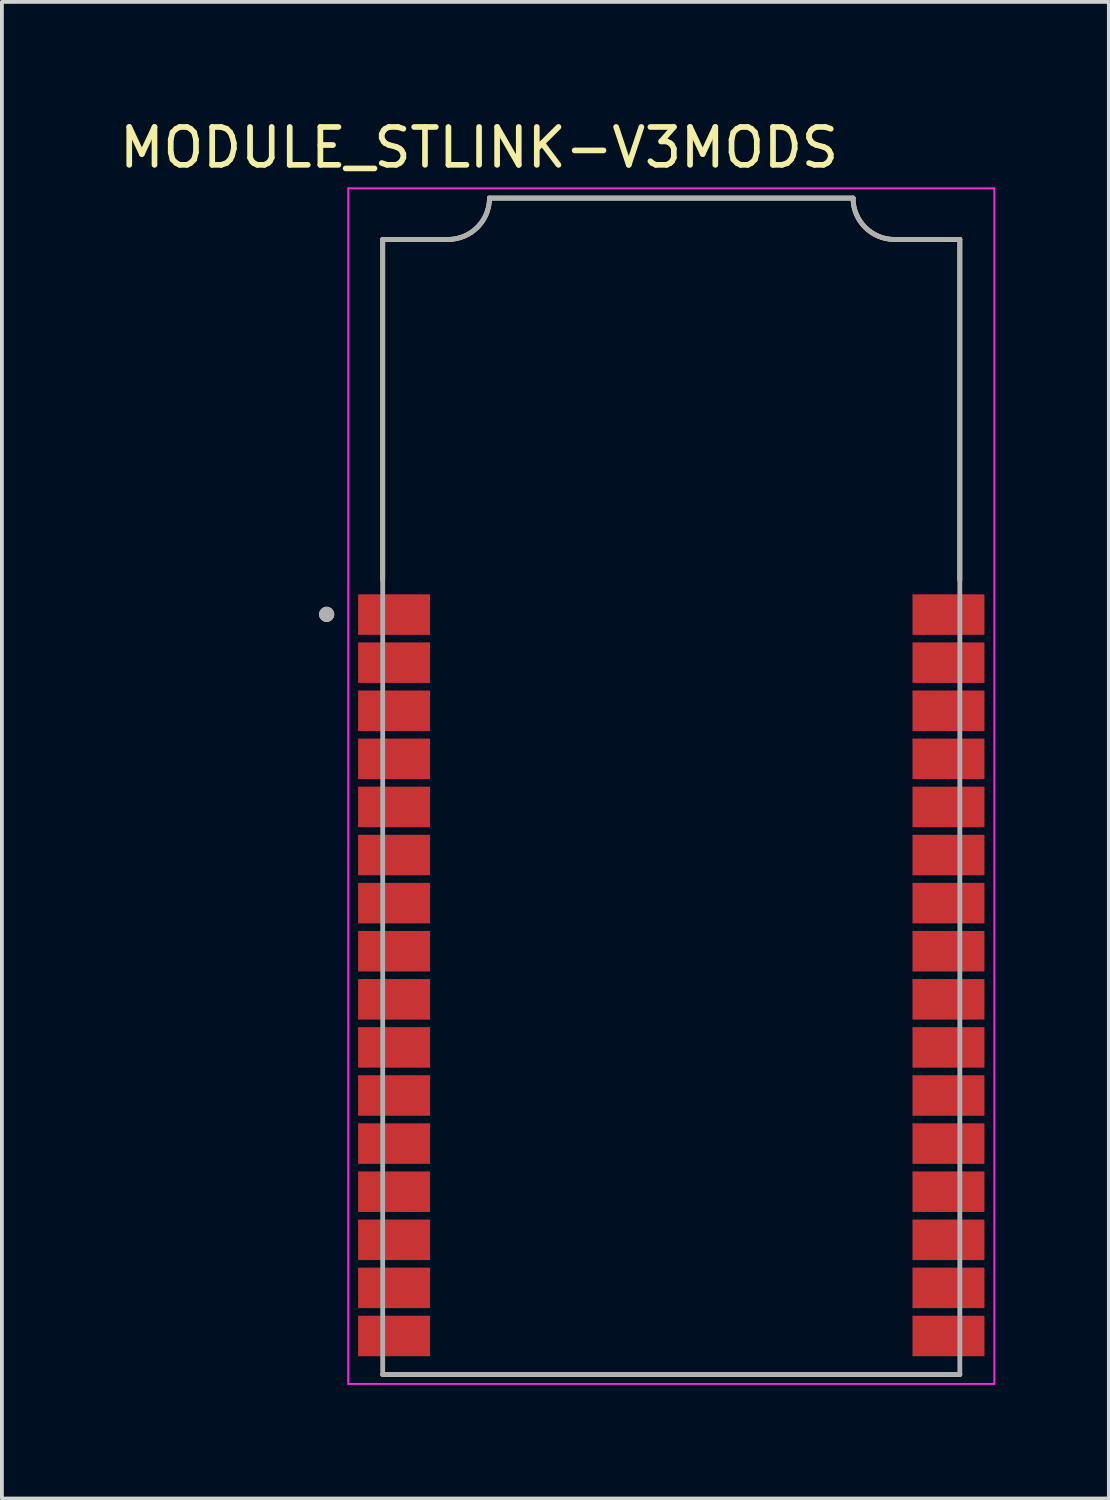
<source format=kicad_pcb>
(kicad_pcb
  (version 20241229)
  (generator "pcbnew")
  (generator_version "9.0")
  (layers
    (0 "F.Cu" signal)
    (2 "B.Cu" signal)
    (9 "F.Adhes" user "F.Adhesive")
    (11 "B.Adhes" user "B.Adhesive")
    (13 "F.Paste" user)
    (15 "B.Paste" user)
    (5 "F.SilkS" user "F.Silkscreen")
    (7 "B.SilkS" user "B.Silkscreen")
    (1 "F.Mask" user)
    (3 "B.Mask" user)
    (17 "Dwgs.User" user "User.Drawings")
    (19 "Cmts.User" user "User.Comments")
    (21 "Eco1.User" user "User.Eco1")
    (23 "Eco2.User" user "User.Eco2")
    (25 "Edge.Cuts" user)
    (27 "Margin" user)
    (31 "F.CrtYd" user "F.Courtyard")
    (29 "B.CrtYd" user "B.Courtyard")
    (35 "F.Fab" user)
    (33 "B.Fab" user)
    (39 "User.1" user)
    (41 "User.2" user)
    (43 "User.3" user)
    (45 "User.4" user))
  (footprint "MODULE_STLINK-V3MODS"
    (layer "F.Cu")
    (at 14.676 3.273)
    (property "Reference" "MODULE_STLINK-V3MODS" (at -5.075 -2.425 0) (layer "F.SilkS") (effects (font (size 1 1) (thickness 0.15))))
    (attr smd)
    (fp_line (start -7.62 0) (end -5.893 0) (stroke (width 0.127) (type solid)) (layer "F.SilkS"))
    (fp_line (start -7.62 8.995) (end -7.62 0) (stroke (width 0.127) (type solid)) (layer "F.SilkS"))
    (fp_line (start -7.62 29.972) (end 7.62 29.972) (stroke (width 0.127) (type solid)) (layer "F.SilkS"))
    (fp_line (start -4.801 -1.092) (end 4.801 -1.092) (stroke (width 0.127) (type solid)) (layer "F.SilkS"))
    (fp_line (start 5.893 0) (end 7.62 0) (stroke (width 0.127) (type solid)) (layer "F.SilkS"))
    (fp_line (start 7.62 8.995) (end 7.62 0) (stroke (width 0.127) (type solid)) (layer "F.SilkS"))
    (fp_arc (start -4.8006 -1.0922) (mid -5.120498 -0.319898) (end -5.8928 0) (stroke (width 0.127) (type solid)) (layer "F.SilkS"))
    (fp_arc (start 5.8928 0) (mid 5.120498 -0.319898) (end 4.8006 -1.0922) (stroke (width 0.127) (type solid)) (layer "F.SilkS"))
    (fp_circle (center -9.1 9.9) (end -9 9.9) (stroke (width 0.2) (type solid)) (fill no) (layer "F.SilkS"))
    (fp_line (start -8.53 -1.35) (end 8.53 -1.35) (stroke (width 0.05) (type solid)) (layer "F.CrtYd"))
    (fp_line (start -8.53 30.222) (end -8.53 -1.35) (stroke (width 0.05) (type solid)) (layer "F.CrtYd"))
    (fp_line (start 8.53 -1.35) (end 8.53 30.222) (stroke (width 0.05) (type solid)) (layer "F.CrtYd"))
    (fp_line (start 8.53 30.222) (end -8.53 30.222) (stroke (width 0.05) (type solid)) (layer "F.CrtYd"))
    (fp_line (start -7.62 0) (end -5.893 0) (stroke (width 0.127) (type solid)) (layer "F.Fab"))
    (fp_line (start -7.62 29.972) (end -7.62 0) (stroke (width 0.127) (type solid)) (layer "F.Fab"))
    (fp_line (start -7.62 29.972) (end 7.62 29.972) (stroke (width 0.127) (type solid)) (layer "F.Fab"))
    (fp_line (start -4.801 -1.092) (end 4.801 -1.092) (stroke (width 0.127) (type solid)) (layer "F.Fab"))
    (fp_line (start 5.893 0) (end 7.62 0) (stroke (width 0.127) (type solid)) (layer "F.Fab"))
    (fp_line (start 7.62 29.972) (end 7.62 0) (stroke (width 0.127) (type solid)) (layer "F.Fab"))
    (fp_arc (start -4.8006 -1.0922) (mid -5.120498 -0.319898) (end -5.8928 0) (stroke (width 0.127) (type solid)) (layer "F.Fab"))
    (fp_arc (start 5.8928 0) (mid 5.120498 -0.319898) (end 4.8006 -1.0922) (stroke (width 0.127) (type solid)) (layer "F.Fab"))
    (fp_circle (center -9.1 9.9) (end -9 9.9) (stroke (width 0.2) (type solid)) (fill no) (layer "F.Fab"))
    (pad "1" smd rect (at -7.32 9.906) (size 1.9 1.07) (layers "F.Cu" "F.Mask" "F.Paste"))
    (pad "2" smd rect (at -7.32 11.176) (size 1.9 1.07) (layers "F.Cu" "F.Mask" "F.Paste"))
    (pad "3" smd rect (at -7.32 12.446) (size 1.9 1.07) (layers "F.Cu" "F.Mask" "F.Paste"))
    (pad "4" smd rect (at -7.32 13.716) (size 1.9 1.07) (layers "F.Cu" "F.Mask" "F.Paste"))
    (pad "5" smd rect (at -7.32 14.986) (size 1.9 1.07) (layers "F.Cu" "F.Mask" "F.Paste"))
    (pad "6" smd rect (at -7.32 16.256) (size 1.9 1.07) (layers "F.Cu" "F.Mask" "F.Paste"))
    (pad "7" smd rect (at -7.32 17.526) (size 1.9 1.07) (layers "F.Cu" "F.Mask" "F.Paste"))
    (pad "8" smd rect (at -7.32 18.796) (size 1.9 1.07) (layers "F.Cu" "F.Mask" "F.Paste"))
    (pad "9" smd rect (at -7.32 20.066) (size 1.9 1.07) (layers "F.Cu" "F.Mask" "F.Paste"))
    (pad "10" smd rect (at -7.32 21.336) (size 1.9 1.07) (layers "F.Cu" "F.Mask" "F.Paste"))
    (pad "11" smd rect (at -7.32 22.606) (size 1.9 1.07) (layers "F.Cu" "F.Mask" "F.Paste"))
    (pad "12" smd rect (at -7.32 23.876) (size 1.9 1.07) (layers "F.Cu" "F.Mask" "F.Paste"))
    (pad "13" smd rect (at -7.32 25.146) (size 1.9 1.07) (layers "F.Cu" "F.Mask" "F.Paste"))
    (pad "14" smd rect (at -7.32 26.416) (size 1.9 1.07) (layers "F.Cu" "F.Mask" "F.Paste"))
    (pad "15" smd rect (at -7.32 27.686) (size 1.9 1.07) (layers "F.Cu" "F.Mask" "F.Paste"))
    (pad "16" smd rect (at -7.32 28.956) (size 1.9 1.07) (layers "F.Cu" "F.Mask" "F.Paste"))
    (pad "17" smd rect (at 7.32 28.956) (size 1.9 1.07) (layers "F.Cu" "F.Mask" "F.Paste"))
    (pad "18" smd rect (at 7.32 27.686) (size 1.9 1.07) (layers "F.Cu" "F.Mask" "F.Paste"))
    (pad "19" smd rect (at 7.32 26.416) (size 1.9 1.07) (layers "F.Cu" "F.Mask" "F.Paste"))
    (pad "20" smd rect (at 7.32 25.146) (size 1.9 1.07) (layers "F.Cu" "F.Mask" "F.Paste"))
    (pad "21" smd rect (at 7.32 23.876) (size 1.9 1.07) (layers "F.Cu" "F.Mask" "F.Paste"))
    (pad "22" smd rect (at 7.32 22.606) (size 1.9 1.07) (layers "F.Cu" "F.Mask" "F.Paste"))
    (pad "23" smd rect (at 7.32 21.336) (size 1.9 1.07) (layers "F.Cu" "F.Mask" "F.Paste"))
    (pad "24" smd rect (at 7.32 20.066) (size 1.9 1.07) (layers "F.Cu" "F.Mask" "F.Paste"))
    (pad "25" smd rect (at 7.32 18.796) (size 1.9 1.07) (layers "F.Cu" "F.Mask" "F.Paste"))
    (pad "26" smd rect (at 7.32 17.526) (size 1.9 1.07) (layers "F.Cu" "F.Mask" "F.Paste"))
    (pad "27" smd rect (at 7.32 16.256) (size 1.9 1.07) (layers "F.Cu" "F.Mask" "F.Paste"))
    (pad "28" smd rect (at 7.32 14.986) (size 1.9 1.07) (layers "F.Cu" "F.Mask" "F.Paste"))
    (pad "29" smd rect (at 7.32 13.716) (size 1.9 1.07) (layers "F.Cu" "F.Mask" "F.Paste"))
    (pad "30" smd rect (at 7.32 12.446) (size 1.9 1.07) (layers "F.Cu" "F.Mask" "F.Paste"))
    (pad "31" smd rect (at 7.32 11.176) (size 1.9 1.07) (layers "F.Cu" "F.Mask" "F.Paste"))
    (pad "32" smd rect (at 7.32 9.906) (size 1.9 1.07) (layers "F.Cu" "F.Mask" "F.Paste")))
  (gr_rect
    (start -3 -3)
    (end 26.231 36.52)
    (stroke (width 0.1) (type default))
    (fill no)
    (layer "Edge.Cuts")))
</source>
